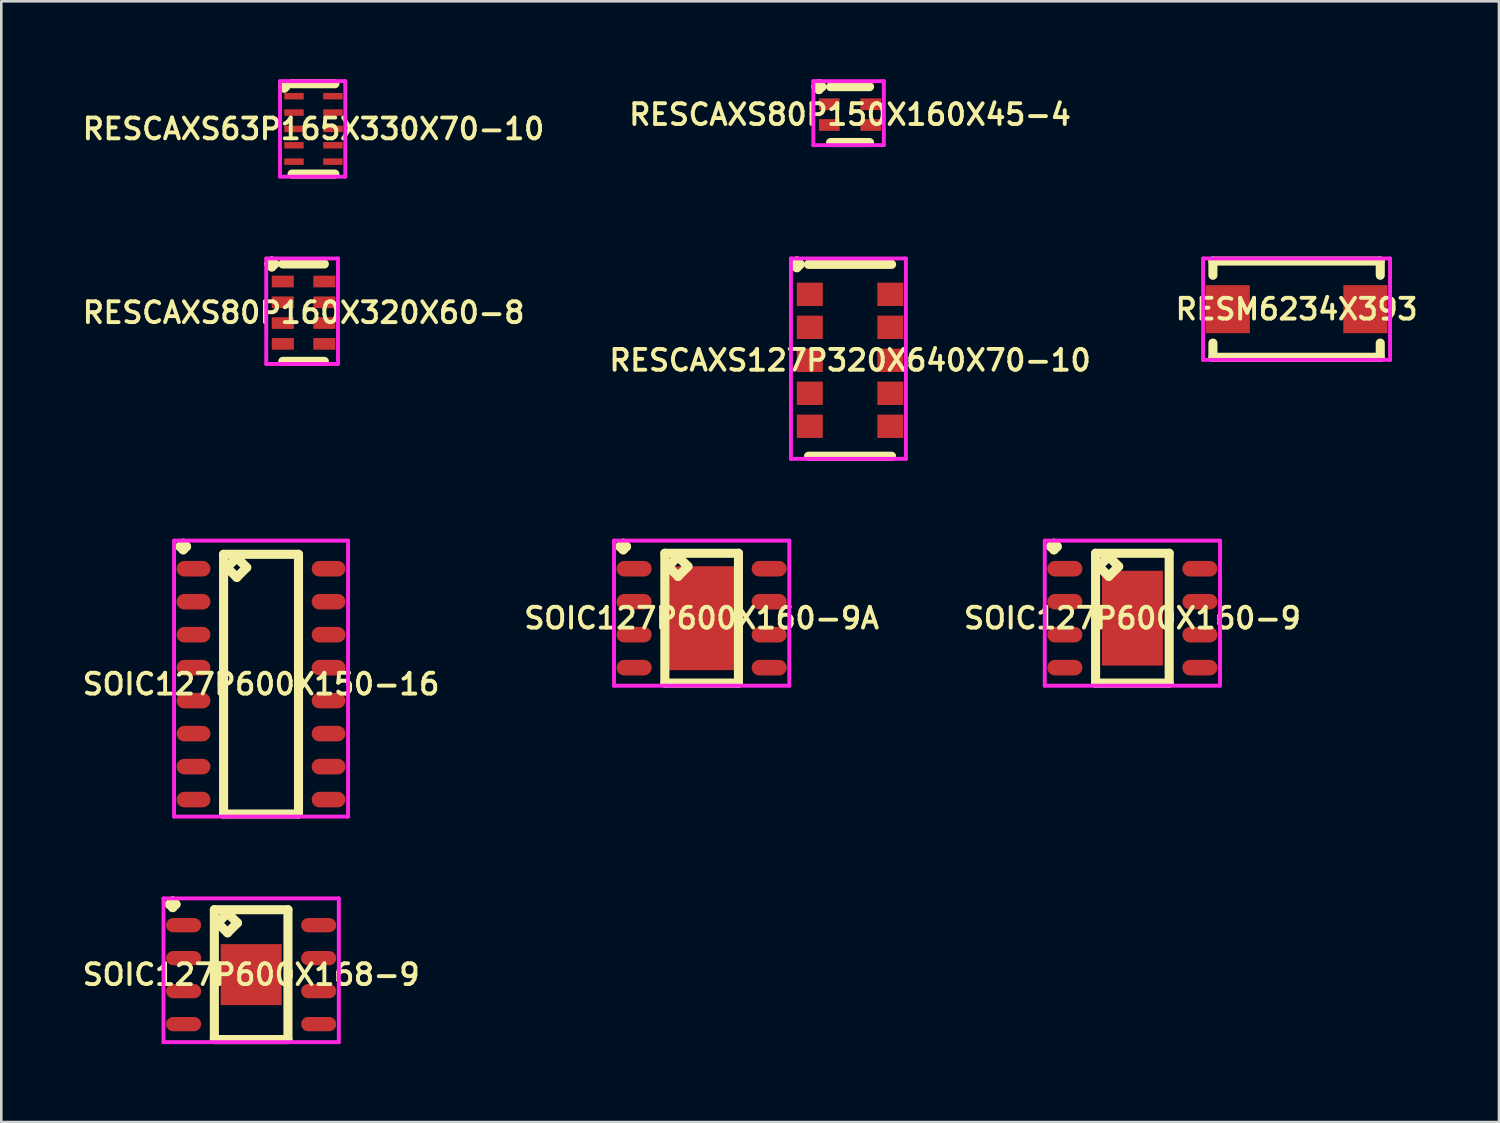
<source format=kicad_pcb>
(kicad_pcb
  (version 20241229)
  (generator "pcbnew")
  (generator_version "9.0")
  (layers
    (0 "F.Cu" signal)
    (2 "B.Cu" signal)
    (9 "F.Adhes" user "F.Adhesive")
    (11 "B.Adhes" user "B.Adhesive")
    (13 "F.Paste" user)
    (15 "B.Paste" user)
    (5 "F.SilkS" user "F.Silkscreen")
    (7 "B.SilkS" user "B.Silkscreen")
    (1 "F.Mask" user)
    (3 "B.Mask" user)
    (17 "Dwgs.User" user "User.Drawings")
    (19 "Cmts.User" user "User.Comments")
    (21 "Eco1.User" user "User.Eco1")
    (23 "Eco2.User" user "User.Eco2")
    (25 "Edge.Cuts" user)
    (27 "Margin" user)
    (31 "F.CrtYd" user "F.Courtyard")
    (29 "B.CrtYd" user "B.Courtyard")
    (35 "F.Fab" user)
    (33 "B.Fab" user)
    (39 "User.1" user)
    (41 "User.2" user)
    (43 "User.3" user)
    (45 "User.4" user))
  (footprint "SOIC127P600X160-9A"
    (layer "F.Cu")
    (at 23.968 20.754)
    (property "Reference" "SOIC127P600X160-9A" (at 0 0 0) (layer "F.SilkS") (effects (font (size 0.8 0.8) (thickness 0.15))))
    (attr smd)
    (fp_line (start -3.148 -2.759) (end -3.021 -2.886) (stroke (width 0.35) (type solid)) (layer "F.SilkS"))
    (fp_line (start -3.021 -2.886) (end -2.894 -2.759) (stroke (width 0.35) (type solid)) (layer "F.SilkS"))
    (fp_line (start -3.021 -2.632) (end -3.148 -2.759) (stroke (width 0.35) (type solid)) (layer "F.SilkS"))
    (fp_line (start -2.894 -2.759) (end -3.021 -2.632) (stroke (width 0.35) (type solid)) (layer "F.SilkS"))
    (fp_line (start -1.417 -2.5) (end -1.417 2.5) (stroke (width 0.35) (type solid)) (layer "F.SilkS"))
    (fp_line (start -1.417 2.5) (end 1.417 2.5) (stroke (width 0.35) (type solid)) (layer "F.SilkS"))
    (fp_line (start -1.29 -1.992) (end -0.909 -2.373) (stroke (width 0.35) (type solid)) (layer "F.SilkS"))
    (fp_line (start -0.909 -2.373) (end -0.528 -1.992) (stroke (width 0.35) (type solid)) (layer "F.SilkS"))
    (fp_line (start -0.909 -1.611) (end -1.29 -1.992) (stroke (width 0.35) (type solid)) (layer "F.SilkS"))
    (fp_line (start -0.528 -1.992) (end -0.909 -1.611) (stroke (width 0.35) (type solid)) (layer "F.SilkS"))
    (fp_line (start 1.417 -2.5) (end -1.417 -2.5) (stroke (width 0.35) (type solid)) (layer "F.SilkS"))
    (fp_line (start 1.417 2.5) (end 1.417 -2.5) (stroke (width 0.35) (type solid)) (layer "F.SilkS"))
    (fp_line (start -3.375 -2.986) (end 3.375 -2.986) (stroke (width 0.15) (type solid)) (layer "F.CrtYd"))
    (fp_line (start -3.375 2.6) (end -3.375 -2.986) (stroke (width 0.15) (type solid)) (layer "F.CrtYd"))
    (fp_line (start 3.375 -2.986) (end 3.375 2.6) (stroke (width 0.15) (type solid)) (layer "F.CrtYd"))
    (fp_line (start 3.375 2.6) (end -3.375 2.6) (stroke (width 0.15) (type solid)) (layer "F.CrtYd"))
    (pad "1" smd oval (at -2.6 -1.905) (size 1.35 0.6) (layers "F.Cu" "F.Mask" "F.Paste"))
    (pad "2" smd oval (at -2.6 -0.635) (size 1.35 0.6) (layers "F.Cu" "F.Mask" "F.Paste"))
    (pad "3" smd oval (at -2.6 0.635) (size 1.35 0.6) (layers "F.Cu" "F.Mask" "F.Paste"))
    (pad "4" smd oval (at -2.6 1.905) (size 1.35 0.6) (layers "F.Cu" "F.Mask" "F.Paste"))
    (pad "5" smd oval (at 2.6 1.905) (size 1.35 0.6) (layers "F.Cu" "F.Mask" "F.Paste"))
    (pad "6" smd oval (at 2.6 0.635) (size 1.35 0.6) (layers "F.Cu" "F.Mask" "F.Paste"))
    (pad "7" smd oval (at 2.6 -0.635) (size 1.35 0.6) (layers "F.Cu" "F.Mask" "F.Paste"))
    (pad "8" smd oval (at 2.6 -1.905) (size 1.35 0.6) (layers "F.Cu" "F.Mask" "F.Paste"))
    (pad "9" smd rect (at 0 0) (size 2.8 4) (layers "F.Cu" "F.Mask" "F.Paste")))
  (footprint "RESCAXS127P320X640X70-10"
    (layer "F.Cu")
    (at 29.683 10.824)
    (property "Reference" "RESCAXS127P320X640X70-10" (at 0 0 0) (layer "F.SilkS") (effects (font (size 0.8 0.8) (thickness 0.15))))
    (attr smd)
    (fp_line (start -2.177 -3.694) (end -2.05 -3.821) (stroke (width 0.35) (type solid)) (layer "F.SilkS"))
    (fp_line (start -2.05 -3.821) (end -1.923 -3.694) (stroke (width 0.35) (type solid)) (layer "F.SilkS"))
    (fp_line (start -2.05 -3.567) (end -2.177 -3.694) (stroke (width 0.35) (type solid)) (layer "F.SilkS"))
    (fp_line (start -1.923 -3.694) (end -2.05 -3.567) (stroke (width 0.35) (type solid)) (layer "F.SilkS"))
    (fp_line (start -1.6 -3.694) (end 1.6 -3.694) (stroke (width 0.35) (type solid)) (layer "F.SilkS"))
    (fp_line (start -1.6 3.694) (end 1.6 3.694) (stroke (width 0.35) (type solid)) (layer "F.SilkS"))
    (fp_line (start -2.277 -3.921) (end 2.15 -3.921) (stroke (width 0.15) (type solid)) (layer "F.CrtYd"))
    (fp_line (start -2.277 3.794) (end -2.277 -3.921) (stroke (width 0.15) (type solid)) (layer "F.CrtYd"))
    (fp_line (start 2.15 -3.921) (end 2.15 3.794) (stroke (width 0.15) (type solid)) (layer "F.CrtYd"))
    (fp_line (start 2.15 3.794) (end -2.277 3.794) (stroke (width 0.15) (type solid)) (layer "F.CrtYd"))
    (pad "1" smd rect (at -1.55 -2.54) (size 1 0.9) (layers "F.Cu" "F.Mask" "F.Paste"))
    (pad "2" smd rect (at -1.55 -1.27) (size 1 0.9) (layers "F.Cu" "F.Mask" "F.Paste"))
    (pad "3" smd rect (at -1.55 0) (size 1 0.9) (layers "F.Cu" "F.Mask" "F.Paste"))
    (pad "4" smd rect (at -1.55 1.27) (size 1 0.9) (layers "F.Cu" "F.Mask" "F.Paste"))
    (pad "5" smd rect (at -1.55 2.54) (size 1 0.9) (layers "F.Cu" "F.Mask" "F.Paste"))
    (pad "6" smd rect (at 1.55 2.54) (size 1 0.9) (layers "F.Cu" "F.Mask" "F.Paste"))
    (pad "7" smd rect (at 1.55 1.27) (size 1 0.9) (layers "F.Cu" "F.Mask" "F.Paste"))
    (pad "8" smd rect (at 1.55 0) (size 1 0.9) (layers "F.Cu" "F.Mask" "F.Paste"))
    (pad "9" smd rect (at 1.55 -1.27) (size 1 0.9) (layers "F.Cu" "F.Mask" "F.Paste"))
    (pad "10" smd rect (at 1.55 -2.54) (size 1 0.9) (layers "F.Cu" "F.Mask" "F.Paste")))
  (footprint "SOIC127P600X150-16"
    (layer "F.Cu")
    (at 7.002 23.294)
    (property "Reference" "SOIC127P600X150-16" (at 0 0 0) (layer "F.SilkS") (effects (font (size 0.8 0.8) (thickness 0.15))))
    (attr smd)
    (fp_line (start -3.123 -5.299) (end -2.996 -5.426) (stroke (width 0.35) (type solid)) (layer "F.SilkS"))
    (fp_line (start -2.996 -5.426) (end -2.869 -5.299) (stroke (width 0.35) (type solid)) (layer "F.SilkS"))
    (fp_line (start -2.996 -5.172) (end -3.123 -5.299) (stroke (width 0.35) (type solid)) (layer "F.SilkS"))
    (fp_line (start -2.869 -5.299) (end -2.996 -5.172) (stroke (width 0.35) (type solid)) (layer "F.SilkS"))
    (fp_line (start -1.442 -5) (end -1.442 5) (stroke (width 0.35) (type solid)) (layer "F.SilkS"))
    (fp_line (start -1.442 5) (end 1.442 5) (stroke (width 0.35) (type solid)) (layer "F.SilkS"))
    (fp_line (start -1.315 -4.492) (end -0.934 -4.873) (stroke (width 0.35) (type solid)) (layer "F.SilkS"))
    (fp_line (start -0.934 -4.873) (end -0.553 -4.492) (stroke (width 0.35) (type solid)) (layer "F.SilkS"))
    (fp_line (start -0.934 -4.111) (end -1.315 -4.492) (stroke (width 0.35) (type solid)) (layer "F.SilkS"))
    (fp_line (start -0.553 -4.492) (end -0.934 -4.111) (stroke (width 0.35) (type solid)) (layer "F.SilkS"))
    (fp_line (start 1.442 -5) (end -1.442 -5) (stroke (width 0.35) (type solid)) (layer "F.SilkS"))
    (fp_line (start 1.442 5) (end 1.442 -5) (stroke (width 0.35) (type solid)) (layer "F.SilkS"))
    (fp_line (start -3.35 -5.526) (end 3.35 -5.526) (stroke (width 0.15) (type solid)) (layer "F.CrtYd"))
    (fp_line (start -3.35 5.1) (end -3.35 -5.526) (stroke (width 0.15) (type solid)) (layer "F.CrtYd"))
    (fp_line (start 3.35 -5.526) (end 3.35 5.1) (stroke (width 0.15) (type solid)) (layer "F.CrtYd"))
    (fp_line (start 3.35 5.1) (end -3.35 5.1) (stroke (width 0.15) (type solid)) (layer "F.CrtYd"))
    (pad "1" smd oval (at -2.6 -4.445) (size 1.3 0.6) (layers "F.Cu" "F.Mask" "F.Paste"))
    (pad "2" smd oval (at -2.6 -3.175) (size 1.3 0.6) (layers "F.Cu" "F.Mask" "F.Paste"))
    (pad "3" smd oval (at -2.6 -1.905) (size 1.3 0.6) (layers "F.Cu" "F.Mask" "F.Paste"))
    (pad "4" smd oval (at -2.6 -0.635) (size 1.3 0.6) (layers "F.Cu" "F.Mask" "F.Paste"))
    (pad "5" smd oval (at -2.6 0.635) (size 1.3 0.6) (layers "F.Cu" "F.Mask" "F.Paste"))
    (pad "6" smd oval (at -2.6 1.905) (size 1.3 0.6) (layers "F.Cu" "F.Mask" "F.Paste"))
    (pad "7" smd oval (at -2.6 3.175) (size 1.3 0.6) (layers "F.Cu" "F.Mask" "F.Paste"))
    (pad "8" smd oval (at -2.6 4.445) (size 1.3 0.6) (layers "F.Cu" "F.Mask" "F.Paste"))
    (pad "9" smd oval (at 2.6 4.445) (size 1.3 0.6) (layers "F.Cu" "F.Mask" "F.Paste"))
    (pad "10" smd oval (at 2.6 3.175) (size 1.3 0.6) (layers "F.Cu" "F.Mask" "F.Paste"))
    (pad "11" smd oval (at 2.6 1.905) (size 1.3 0.6) (layers "F.Cu" "F.Mask" "F.Paste"))
    (pad "12" smd oval (at 2.6 0.635) (size 1.3 0.6) (layers "F.Cu" "F.Mask" "F.Paste"))
    (pad "13" smd oval (at 2.6 -0.635) (size 1.3 0.6) (layers "F.Cu" "F.Mask" "F.Paste"))
    (pad "14" smd oval (at 2.6 -1.905) (size 1.3 0.6) (layers "F.Cu" "F.Mask" "F.Paste"))
    (pad "15" smd oval (at 2.6 -3.175) (size 1.3 0.6) (layers "F.Cu" "F.Mask" "F.Paste"))
    (pad "16" smd oval (at 2.6 -4.445) (size 1.3 0.6) (layers "F.Cu" "F.Mask" "F.Paste")))
  (footprint "SOIC127P600X160-9"
    (layer "F.Cu")
    (at 40.554 20.754)
    (property "Reference" "SOIC127P600X160-9" (at 0 0 0) (layer "F.SilkS") (effects (font (size 0.8 0.8) (thickness 0.15))))
    (attr smd)
    (fp_line (start -3.148 -2.759) (end -3.021 -2.886) (stroke (width 0.35) (type solid)) (layer "F.SilkS"))
    (fp_line (start -3.021 -2.886) (end -2.894 -2.759) (stroke (width 0.35) (type solid)) (layer "F.SilkS"))
    (fp_line (start -3.021 -2.632) (end -3.148 -2.759) (stroke (width 0.35) (type solid)) (layer "F.SilkS"))
    (fp_line (start -2.894 -2.759) (end -3.021 -2.632) (stroke (width 0.35) (type solid)) (layer "F.SilkS"))
    (fp_line (start -1.417 -2.5) (end -1.417 2.5) (stroke (width 0.35) (type solid)) (layer "F.SilkS"))
    (fp_line (start -1.417 2.5) (end 1.417 2.5) (stroke (width 0.35) (type solid)) (layer "F.SilkS"))
    (fp_line (start -1.29 -1.992) (end -0.909 -2.373) (stroke (width 0.35) (type solid)) (layer "F.SilkS"))
    (fp_line (start -0.909 -2.373) (end -0.528 -1.992) (stroke (width 0.35) (type solid)) (layer "F.SilkS"))
    (fp_line (start -0.909 -1.611) (end -1.29 -1.992) (stroke (width 0.35) (type solid)) (layer "F.SilkS"))
    (fp_line (start -0.528 -1.992) (end -0.909 -1.611) (stroke (width 0.35) (type solid)) (layer "F.SilkS"))
    (fp_line (start 1.417 -2.5) (end -1.417 -2.5) (stroke (width 0.35) (type solid)) (layer "F.SilkS"))
    (fp_line (start 1.417 2.5) (end 1.417 -2.5) (stroke (width 0.35) (type solid)) (layer "F.SilkS"))
    (fp_line (start -3.375 -2.986) (end 3.375 -2.986) (stroke (width 0.15) (type solid)) (layer "F.CrtYd"))
    (fp_line (start -3.375 2.6) (end -3.375 -2.986) (stroke (width 0.15) (type solid)) (layer "F.CrtYd"))
    (fp_line (start 3.375 -2.986) (end 3.375 2.6) (stroke (width 0.15) (type solid)) (layer "F.CrtYd"))
    (fp_line (start 3.375 2.6) (end -3.375 2.6) (stroke (width 0.15) (type solid)) (layer "F.CrtYd"))
    (pad "1" smd oval (at -2.6 -1.905) (size 1.35 0.6) (layers "F.Cu" "F.Mask" "F.Paste"))
    (pad "2" smd oval (at -2.6 -0.635) (size 1.35 0.6) (layers "F.Cu" "F.Mask" "F.Paste"))
    (pad "3" smd oval (at -2.6 0.635) (size 1.35 0.6) (layers "F.Cu" "F.Mask" "F.Paste"))
    (pad "4" smd oval (at -2.6 1.905) (size 1.35 0.6) (layers "F.Cu" "F.Mask" "F.Paste"))
    (pad "5" smd oval (at 2.6 1.905) (size 1.35 0.6) (layers "F.Cu" "F.Mask" "F.Paste"))
    (pad "6" smd oval (at 2.6 0.635) (size 1.35 0.6) (layers "F.Cu" "F.Mask" "F.Paste"))
    (pad "7" smd oval (at 2.6 -0.635) (size 1.35 0.6) (layers "F.Cu" "F.Mask" "F.Paste"))
    (pad "8" smd oval (at 2.6 -1.905) (size 1.35 0.6) (layers "F.Cu" "F.Mask" "F.Paste"))
    (pad "9" smd rect (at 0 0) (size 2.35 3.65) (layers "F.Cu" "F.Mask" "F.Paste")))
  (footprint "RESCAXS80P150X160X45-4"
    (layer "F.Cu")
    (at 29.683 1.363)
    (property "Reference" "RESCAXS80P150X160X45-4" (at 0 0 0) (layer "F.SilkS") (effects (font (size 0.8 0.8) (thickness 0.15))))
    (attr through_hole)
    (fp_line (start -1.312 -1.075) (end -1.2 -1.188) (stroke (width 0.35) (type solid)) (layer "F.SilkS"))
    (fp_line (start -1.2 -1.188) (end -1.087 -1.075) (stroke (width 0.35) (type solid)) (layer "F.SilkS"))
    (fp_line (start -1.2 -0.963) (end -1.312 -1.075) (stroke (width 0.35) (type solid)) (layer "F.SilkS"))
    (fp_line (start -1.087 -1.075) (end -1.2 -0.963) (stroke (width 0.35) (type solid)) (layer "F.SilkS"))
    (fp_line (start -0.75 -1.075) (end 0.75 -1.075) (stroke (width 0.35) (type solid)) (layer "F.SilkS"))
    (fp_line (start -0.75 1.075) (end 0.75 1.075) (stroke (width 0.35) (type solid)) (layer "F.SilkS"))
    (fp_line (start -1.413 -1.288) (end 1.3 -1.288) (stroke (width 0.15) (type solid)) (layer "F.CrtYd"))
    (fp_line (start -1.413 1.175) (end -1.413 -1.288) (stroke (width 0.15) (type solid)) (layer "F.CrtYd"))
    (fp_line (start 1.3 -1.288) (end 1.3 1.175) (stroke (width 0.15) (type solid)) (layer "F.CrtYd"))
    (fp_line (start 1.3 1.175) (end -1.413 1.175) (stroke (width 0.15) (type solid)) (layer "F.CrtYd"))
    (pad "1" smd rect (at -0.8 -0.4) (size 0.8 0.45) (layers "F.Cu" "F.Mask" "F.Paste"))
    (pad "2" smd rect (at -0.8 0.4) (size 0.8 0.45) (layers "F.Cu" "F.Mask" "F.Paste"))
    (pad "3" smd rect (at 0.8 0.4) (size 0.8 0.45) (layers "F.Cu" "F.Mask" "F.Paste"))
    (pad "4" smd rect (at 0.8 -0.4) (size 0.8 0.45) (layers "F.Cu" "F.Mask" "F.Paste")))
  (footprint "SOIC127P600X168-9"
    (layer "F.Cu")
    (at 6.621 34.48)
    (property "Reference" "SOIC127P600X168-9" (at 0 0 0) (layer "F.SilkS") (effects (font (size 0.8 0.8) (thickness 0.15))))
    (attr smd)
    (fp_line (start -3.148 -2.709) (end -3.021 -2.836) (stroke (width 0.35) (type solid)) (layer "F.SilkS"))
    (fp_line (start -3.021 -2.836) (end -2.894 -2.709) (stroke (width 0.35) (type solid)) (layer "F.SilkS"))
    (fp_line (start -3.021 -2.582) (end -3.148 -2.709) (stroke (width 0.35) (type solid)) (layer "F.SilkS"))
    (fp_line (start -2.894 -2.709) (end -3.021 -2.582) (stroke (width 0.35) (type solid)) (layer "F.SilkS"))
    (fp_line (start -1.417 -2.5) (end -1.417 2.5) (stroke (width 0.35) (type solid)) (layer "F.SilkS"))
    (fp_line (start -1.417 2.5) (end 1.417 2.5) (stroke (width 0.35) (type solid)) (layer "F.SilkS"))
    (fp_line (start -1.29 -1.992) (end -0.909 -2.373) (stroke (width 0.35) (type solid)) (layer "F.SilkS"))
    (fp_line (start -0.909 -2.373) (end -0.528 -1.992) (stroke (width 0.35) (type solid)) (layer "F.SilkS"))
    (fp_line (start -0.909 -1.611) (end -1.29 -1.992) (stroke (width 0.35) (type solid)) (layer "F.SilkS"))
    (fp_line (start -0.528 -1.992) (end -0.909 -1.611) (stroke (width 0.35) (type solid)) (layer "F.SilkS"))
    (fp_line (start 1.417 -2.5) (end -1.417 -2.5) (stroke (width 0.35) (type solid)) (layer "F.SilkS"))
    (fp_line (start 1.417 2.5) (end 1.417 -2.5) (stroke (width 0.35) (type solid)) (layer "F.SilkS"))
    (fp_line (start -3.375 -2.936) (end 3.375 -2.936) (stroke (width 0.15) (type solid)) (layer "F.CrtYd"))
    (fp_line (start -3.375 2.6) (end -3.375 -2.936) (stroke (width 0.15) (type solid)) (layer "F.CrtYd"))
    (fp_line (start 3.375 -2.936) (end 3.375 2.6) (stroke (width 0.15) (type solid)) (layer "F.CrtYd"))
    (fp_line (start 3.375 2.6) (end -3.375 2.6) (stroke (width 0.15) (type solid)) (layer "F.CrtYd"))
    (pad "1" smd oval (at -2.6 -1.905) (size 1.35 0.55) (layers "F.Cu" "F.Mask" "F.Paste"))
    (pad "2" smd oval (at -2.6 -0.635) (size 1.35 0.55) (layers "F.Cu" "F.Mask" "F.Paste"))
    (pad "3" smd oval (at -2.6 0.635) (size 1.35 0.55) (layers "F.Cu" "F.Mask" "F.Paste"))
    (pad "4" smd oval (at -2.6 1.905) (size 1.35 0.55) (layers "F.Cu" "F.Mask" "F.Paste"))
    (pad "5" smd oval (at 2.6 1.905) (size 1.35 0.55) (layers "F.Cu" "F.Mask" "F.Paste"))
    (pad "6" smd oval (at 2.6 0.635) (size 1.35 0.55) (layers "F.Cu" "F.Mask" "F.Paste"))
    (pad "7" smd oval (at 2.6 -0.635) (size 1.35 0.55) (layers "F.Cu" "F.Mask" "F.Paste"))
    (pad "8" smd oval (at 2.6 -1.905) (size 1.35 0.55) (layers "F.Cu" "F.Mask" "F.Paste"))
    (pad "9" smd rect (at 0 0) (size 2.35 2.35) (layers "F.Cu" "F.Mask" "F.Paste")))
  (footprint "RESM6234X393"
    (layer "F.Cu")
    (at 46.877 8.855)
    (property "Reference" "RESM6234X393" (at 0 0 0) (layer "F.SilkS") (effects (font (size 0.8 0.8) (thickness 0.15))))
    (attr smd)
    (fp_line (start -3.222 -1.852) (end 3.222 -1.852) (stroke (width 0.35) (type solid)) (layer "F.SilkS"))
    (fp_line (start -3.222 -1.306) (end -3.222 -1.852) (stroke (width 0.35) (type solid)) (layer "F.SilkS"))
    (fp_line (start -3.222 1.306) (end -3.222 1.852) (stroke (width 0.35) (type solid)) (layer "F.SilkS"))
    (fp_line (start -3.222 1.852) (end 3.222 1.852) (stroke (width 0.35) (type solid)) (layer "F.SilkS"))
    (fp_line (start 3.222 -1.852) (end 3.222 -1.306) (stroke (width 0.35) (type solid)) (layer "F.SilkS"))
    (fp_line (start 3.222 1.852) (end 3.222 1.306) (stroke (width 0.35) (type solid)) (layer "F.SilkS"))
    (fp_line (start -3.6 -1.952) (end 3.6 -1.952) (stroke (width 0.15) (type solid)) (layer "F.CrtYd"))
    (fp_line (start -3.6 1.952) (end -3.6 -1.952) (stroke (width 0.15) (type solid)) (layer "F.CrtYd"))
    (fp_line (start 3.6 -1.952) (end 3.6 1.952) (stroke (width 0.15) (type solid)) (layer "F.CrtYd"))
    (fp_line (start 3.6 1.952) (end -3.6 1.952) (stroke (width 0.15) (type solid)) (layer "F.CrtYd"))
    (pad "1" smd rect (at -2.65 0) (size 1.7 1.85) (layers "F.Cu" "F.Mask" "F.Paste"))
    (pad "2" smd rect (at 2.65 0) (size 1.7 1.85) (layers "F.Cu" "F.Mask" "F.Paste")))
  (footprint "RESCAXS63P165X330X70-10"
    (layer "F.Cu")
    (at 9.021 1.914)
    (property "Reference" "RESCAXS63P165X330X70-10" (at 0 0 0) (layer "F.SilkS") (effects (font (size 0.8 0.8) (thickness 0.15))))
    (attr through_hole)
    (fp_line (start -1.188 -1.635) (end -1.125 -1.698) (stroke (width 0.35) (type solid)) (layer "F.SilkS"))
    (fp_line (start -1.125 -1.698) (end -1.062 -1.635) (stroke (width 0.35) (type solid)) (layer "F.SilkS"))
    (fp_line (start -1.125 -1.573) (end -1.188 -1.635) (stroke (width 0.35) (type solid)) (layer "F.SilkS"))
    (fp_line (start -1.062 -1.635) (end -1.125 -1.573) (stroke (width 0.35) (type solid)) (layer "F.SilkS"))
    (fp_line (start -0.825 -1.739) (end 0.825 -1.739) (stroke (width 0.35) (type solid)) (layer "F.SilkS"))
    (fp_line (start -0.825 1.739) (end 0.825 1.739) (stroke (width 0.35) (type solid)) (layer "F.SilkS"))
    (fp_line (start -1.288 -1.839) (end 1.225 -1.839) (stroke (width 0.15) (type solid)) (layer "F.CrtYd"))
    (fp_line (start -1.288 1.839) (end -1.288 -1.839) (stroke (width 0.15) (type solid)) (layer "F.CrtYd"))
    (fp_line (start 1.225 -1.839) (end 1.225 1.839) (stroke (width 0.15) (type solid)) (layer "F.CrtYd"))
    (fp_line (start 1.225 1.839) (end -1.288 1.839) (stroke (width 0.15) (type solid)) (layer "F.CrtYd"))
    (pad "1" smd rect (at -0.75 -1.26) (size 0.75 0.25) (layers "F.Cu" "F.Mask" "F.Paste"))
    (pad "2" smd rect (at -0.75 -0.63) (size 0.75 0.25) (layers "F.Cu" "F.Mask" "F.Paste"))
    (pad "3" smd rect (at -0.75 0) (size 0.75 0.25) (layers "F.Cu" "F.Mask" "F.Paste"))
    (pad "4" smd rect (at -0.75 0.63) (size 0.75 0.25) (layers "F.Cu" "F.Mask" "F.Paste"))
    (pad "5" smd rect (at -0.75 1.26) (size 0.75 0.25) (layers "F.Cu" "F.Mask" "F.Paste"))
    (pad "6" smd rect (at 0.75 1.26) (size 0.75 0.25) (layers "F.Cu" "F.Mask" "F.Paste"))
    (pad "7" smd rect (at 0.75 0.63) (size 0.75 0.25) (layers "F.Cu" "F.Mask" "F.Paste"))
    (pad "8" smd rect (at 0.75 0) (size 0.75 0.25) (layers "F.Cu" "F.Mask" "F.Paste"))
    (pad "9" smd rect (at 0.75 -0.63) (size 0.75 0.25) (layers "F.Cu" "F.Mask" "F.Paste"))
    (pad "10" smd rect (at 0.75 -1.26) (size 0.75 0.25) (layers "F.Cu" "F.Mask" "F.Paste")))
  (footprint "RESCAXS80P160X320X60-8"
    (layer "F.Cu")
    (at 8.64 8.99)
    (property "Reference" "RESCAXS80P160X320X60-8" (at 0 0 0) (layer "F.SilkS") (effects (font (size 0.8 0.8) (thickness 0.15))))
    (attr smd)
    (fp_line (start -1.337 -1.875) (end -1.225 -1.988) (stroke (width 0.35) (type solid)) (layer "F.SilkS"))
    (fp_line (start -1.225 -1.988) (end -1.113 -1.875) (stroke (width 0.35) (type solid)) (layer "F.SilkS"))
    (fp_line (start -1.225 -1.762) (end -1.337 -1.875) (stroke (width 0.35) (type solid)) (layer "F.SilkS"))
    (fp_line (start -1.113 -1.875) (end -1.225 -1.762) (stroke (width 0.35) (type solid)) (layer "F.SilkS"))
    (fp_line (start -0.8 -1.875) (end 0.8 -1.875) (stroke (width 0.35) (type solid)) (layer "F.SilkS"))
    (fp_line (start -0.8 1.875) (end 0.8 1.875) (stroke (width 0.35) (type solid)) (layer "F.SilkS"))
    (fp_line (start -1.438 -2.087) (end 1.325 -2.087) (stroke (width 0.15) (type solid)) (layer "F.CrtYd"))
    (fp_line (start -1.438 1.975) (end -1.438 -2.087) (stroke (width 0.15) (type solid)) (layer "F.CrtYd"))
    (fp_line (start 1.325 -2.087) (end 1.325 1.975) (stroke (width 0.15) (type solid)) (layer "F.CrtYd"))
    (fp_line (start 1.325 1.975) (end -1.438 1.975) (stroke (width 0.15) (type solid)) (layer "F.CrtYd"))
    (pad "1" smd rect (at -0.8 -1.2) (size 0.85 0.45) (layers "F.Cu" "F.Mask" "F.Paste"))
    (pad "2" smd rect (at -0.8 -0.4) (size 0.85 0.45) (layers "F.Cu" "F.Mask" "F.Paste"))
    (pad "3" smd rect (at -0.8 0.4) (size 0.85 0.45) (layers "F.Cu" "F.Mask" "F.Paste"))
    (pad "4" smd rect (at -0.8 1.2) (size 0.85 0.45) (layers "F.Cu" "F.Mask" "F.Paste"))
    (pad "5" smd rect (at 0.8 1.2) (size 0.85 0.45) (layers "F.Cu" "F.Mask" "F.Paste"))
    (pad "6" smd rect (at 0.8 0.4) (size 0.85 0.45) (layers "F.Cu" "F.Mask" "F.Paste"))
    (pad "7" smd rect (at 0.8 -0.4) (size 0.85 0.45) (layers "F.Cu" "F.Mask" "F.Paste"))
    (pad "8" smd rect (at 0.8 -1.2) (size 0.85 0.45) (layers "F.Cu" "F.Mask" "F.Paste")))
  (gr_rect
    (start -3 -3)
    (end 54.67 40.155)
    (stroke (width 0.1) (type default))
    (fill no)
    (layer "Edge.Cuts")))
</source>
